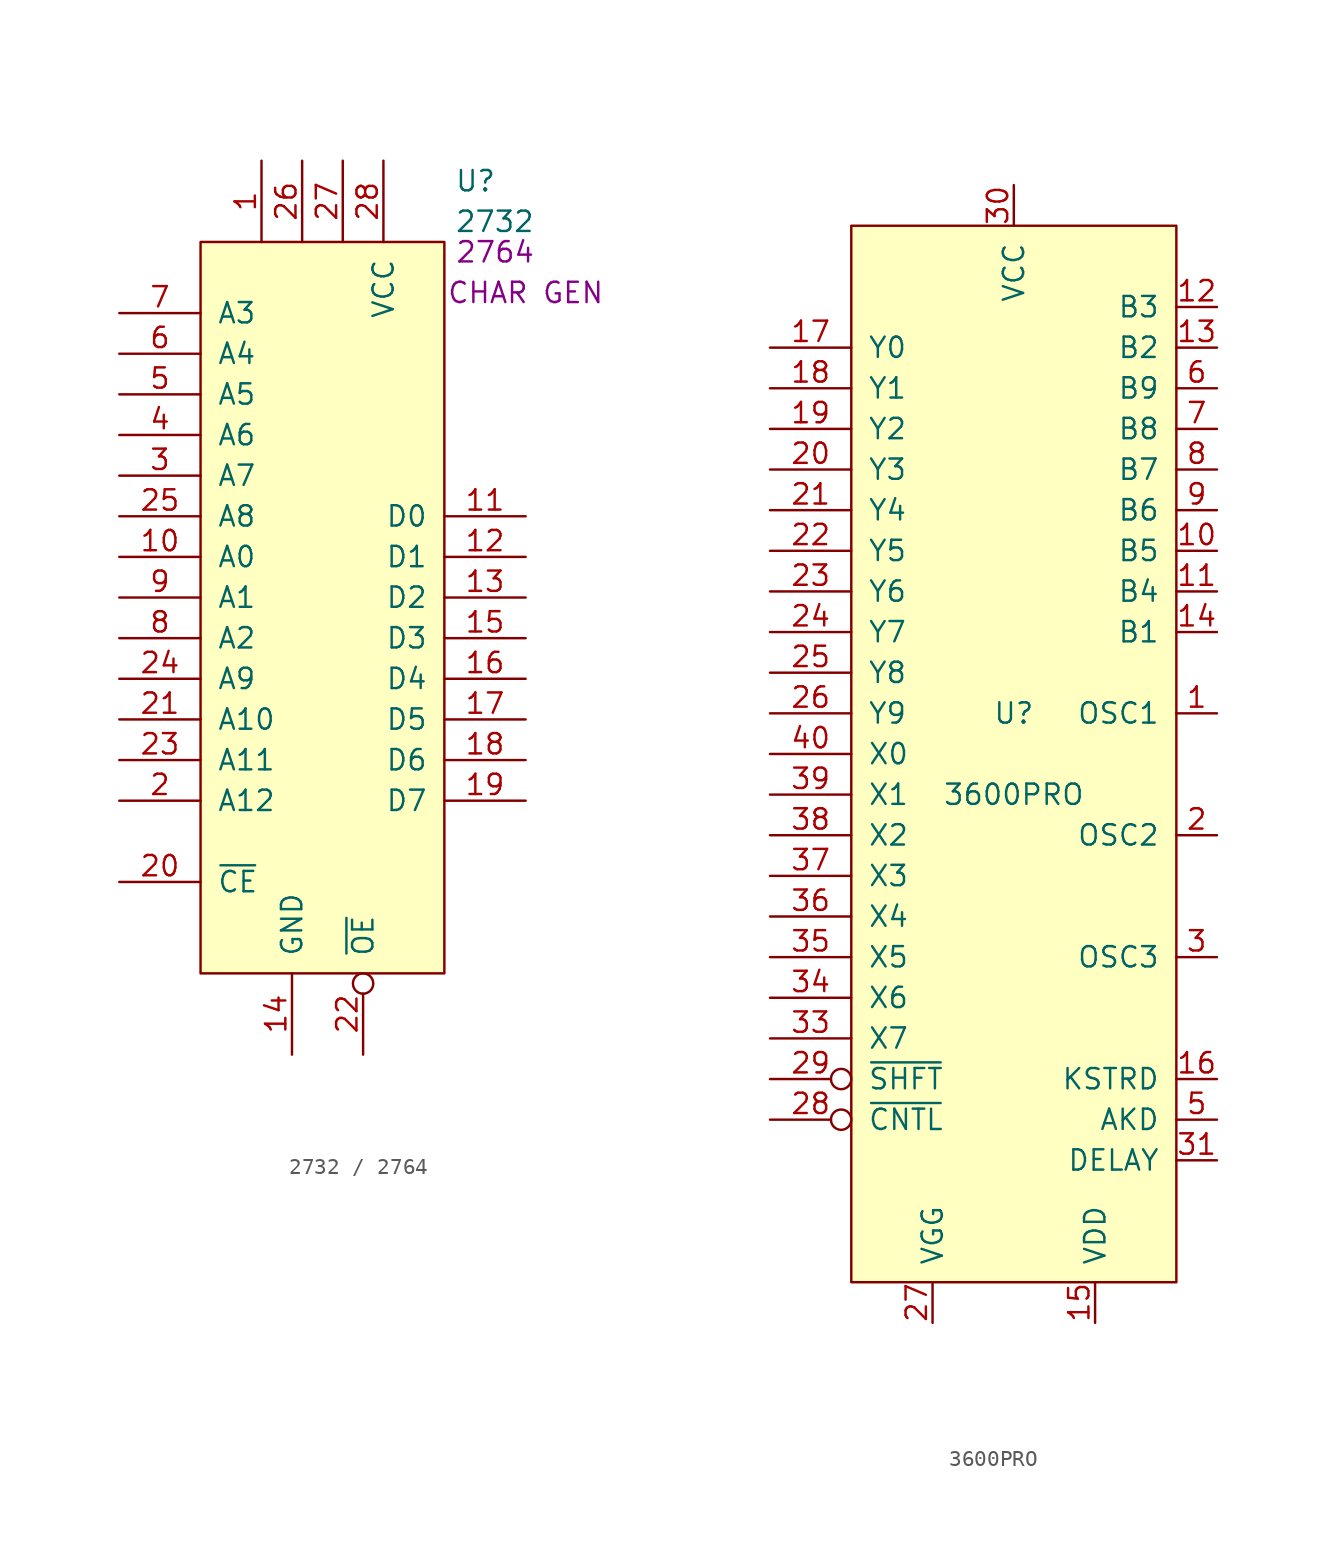
<source format=kicad_sym>
(kicad_symbol_lib
  (version 20220914)
  (generator kicad_symbol_editor)
  (symbol "2732 / 2764"
    (pin_names
      (offset 1.016))
    (property "Reference" "U"
      (at 8.255 26.67 0)
      (effects (font (size 1.27 1.27)) (justify left)))
    (property "Value" "2732"
      (at 8.255 24.13 0)
      (effects (font (size 1.27 1.27)) (justify left)))
    (property "Alt_Ref" "2764"
      (at 10.795 22.225 0)
      (effects (font (size 1.27 1.27))))
    (property "Name" "CHAR GEN"
      (at 12.7 19.685 0)
      (effects (font (size 1.27 1.27))))
    (symbol "2732 / 2764_0_1"
      (rectangle (start -7.62 22.86) (end 7.62 -22.86) (stroke (width 0) (type solid)) (fill (type background))))
    (symbol "2732 / 2764_1_0"
      (pin input line (at -12.7 -17.145 0) (length 5.08) (name "~{CE}" (effects (font (size 1.27 1.27)))) (number "20" (effects (font (size 1.27 1.27)))))
      (pin tri_state line (at -12.7 5.715 0) (length 5.08) (name "A8" (effects (font (size 1.27 1.27)))) (number "25" (effects (font (size 1.27 1.27)))))
      (pin input line (at -1.27 27.94 270) (length 5.08) (name "~" (effects (font (size 1.27 1.27)))) (number "26" (effects (font (size 1.27 1.27)))))
      (pin input line (at 1.27 27.94 270) (length 5.08) (name "~" (effects (font (size 1.27 1.27)))) (number "27" (effects (font (size 1.27 1.27)))))
      (pin power_in line (at 3.81 27.94 270) (length 5.08) (name "VCC" (effects (font (size 1.27 1.27)))) (number "28" (effects (font (size 1.27 1.27))))))
    (symbol "2732 / 2764_1_1"
      (pin input line (at -3.81 27.94 270) (length 5.08) (name "~" (effects (font (size 1.27 1.27)))) (number "1" (effects (font (size 1.27 1.27)))))
      (pin tri_state line (at -12.7 3.175 0) (length 5.08) (name "A0" (effects (font (size 1.27 1.27)))) (number "10" (effects (font (size 1.27 1.27)))))
      (pin tri_state line (at 12.7 5.715 180) (length 5.08) (name "D0" (effects (font (size 1.27 1.27)))) (number "11" (effects (font (size 1.27 1.27)))))
      (pin tri_state line (at 12.7 3.175 180) (length 5.08) (name "D1" (effects (font (size 1.27 1.27)))) (number "12" (effects (font (size 1.27 1.27)))))
      (pin tri_state line (at 12.7 0.635 180) (length 5.08) (name "D2" (effects (font (size 1.27 1.27)))) (number "13" (effects (font (size 1.27 1.27)))))
      (pin power_in line (at -1.905 -27.94 90) (length 5.08) (name "GND" (effects (font (size 1.27 1.27)))) (number "14" (effects (font (size 1.27 1.27)))))
      (pin tri_state line (at 12.7 -1.905 180) (length 5.08) (name "D3" (effects (font (size 1.27 1.27)))) (number "15" (effects (font (size 1.27 1.27)))))
      (pin tri_state line (at 12.7 -4.445 180) (length 5.08) (name "D4" (effects (font (size 1.27 1.27)))) (number "16" (effects (font (size 1.27 1.27)))))
      (pin tri_state line (at 12.7 -6.985 180) (length 5.08) (name "D5" (effects (font (size 1.27 1.27)))) (number "17" (effects (font (size 1.27 1.27)))))
      (pin tri_state line (at 12.7 -9.525 180) (length 5.08) (name "D6" (effects (font (size 1.27 1.27)))) (number "18" (effects (font (size 1.27 1.27)))))
      (pin tri_state line (at 12.7 -12.065 180) (length 5.08) (name "D7" (effects (font (size 1.27 1.27)))) (number "19" (effects (font (size 1.27 1.27)))))
      (pin tri_state line (at -12.7 -12.065 0) (length 5.08) (name "A12" (effects (font (size 1.27 1.27)))) (number "2" (effects (font (size 1.27 1.27)))))
      (pin tri_state line (at -12.7 -6.985 0) (length 5.08) (name "A10" (effects (font (size 1.27 1.27)))) (number "21" (effects (font (size 1.27 1.27)))))
      (pin input inverted (at 2.54 -27.94 90) (length 5.08) (name "~{OE}" (effects (font (size 1.27 1.27)))) (number "22" (effects (font (size 1.27 1.27)))))
      (pin tri_state line (at -12.7 -9.525 0) (length 5.08) (name "A11" (effects (font (size 1.27 1.27)))) (number "23" (effects (font (size 1.27 1.27)))))
      (pin tri_state line (at -12.7 -4.445 0) (length 5.08) (name "A9" (effects (font (size 1.27 1.27)))) (number "24" (effects (font (size 1.27 1.27)))))
      (pin tri_state line (at -12.7 8.255 0) (length 5.08) (name "A7" (effects (font (size 1.27 1.27)))) (number "3" (effects (font (size 1.27 1.27)))))
      (pin tri_state line (at -12.7 10.795 0) (length 5.08) (name "A6" (effects (font (size 1.27 1.27)))) (number "4" (effects (font (size 1.27 1.27)))))
      (pin tri_state line (at -12.7 13.335 0) (length 5.08) (name "A5" (effects (font (size 1.27 1.27)))) (number "5" (effects (font (size 1.27 1.27)))))
      (pin tri_state line (at -12.7 15.875 0) (length 5.08) (name "A4" (effects (font (size 1.27 1.27)))) (number "6" (effects (font (size 1.27 1.27)))))
      (pin tri_state line (at -12.7 18.415 0) (length 5.08) (name "A3" (effects (font (size 1.27 1.27)))) (number "7" (effects (font (size 1.27 1.27)))))
      (pin tri_state line (at -12.7 -1.905 0) (length 5.08) (name "A2" (effects (font (size 1.27 1.27)))) (number "8" (effects (font (size 1.27 1.27)))))
      (pin tri_state line (at -12.7 0.635 0) (length 5.08) (name "A1" (effects (font (size 1.27 1.27)))) (number "9" (effects (font (size 1.27 1.27)))))))
  (symbol "3600PRO"
    (pin_names
      (offset 1.016))
    (property "Reference" "U"
      (at 0 2.54 0)
      (effects (font (size 1.27 1.27))))
    (property "Value" "3600PRO"
      (at 0 -2.54 0)
      (effects (font (size 1.27 1.27))))
    (symbol "3600PRO_0_1"
      (rectangle (start -10.16 33.02) (end 10.16 -33.02) (stroke (width 0) (type solid)) (fill (type background))))
    (symbol "3600PRO_1_1"
      (pin passive line (at 12.7 2.54 180) (length 2.54) (name "OSC1" (effects (font (size 1.27 1.27)))) (number "1" (effects (font (size 1.27 1.27)))))
      (pin output line (at 12.7 12.7 180) (length 2.54) (name "B5" (effects (font (size 1.27 1.27)))) (number "10" (effects (font (size 1.27 1.27)))))
      (pin output line (at 12.7 10.16 180) (length 2.54) (name "B4" (effects (font (size 1.27 1.27)))) (number "11" (effects (font (size 1.27 1.27)))))
      (pin output line (at 12.7 27.94 180) (length 2.54) (name "B3" (effects (font (size 1.27 1.27)))) (number "12" (effects (font (size 1.27 1.27)))))
      (pin output line (at 12.7 25.4 180) (length 2.54) (name "B2" (effects (font (size 1.27 1.27)))) (number "13" (effects (font (size 1.27 1.27)))))
      (pin output line (at 12.7 7.62 180) (length 2.54) (name "B1" (effects (font (size 1.27 1.27)))) (number "14" (effects (font (size 1.27 1.27)))))
      (pin power_in line (at 5.08 -35.56 90) (length 2.54) (name "VDD" (effects (font (size 1.27 1.27)))) (number "15" (effects (font (size 1.27 1.27)))))
      (pin output line (at 12.7 -20.32 180) (length 2.54) (name "KSTRD" (effects (font (size 1.27 1.27)))) (number "16" (effects (font (size 1.27 1.27)))))
      (pin passive line (at -15.24 25.4 0) (length 5.08) (name "Y0" (effects (font (size 1.27 1.27)))) (number "17" (effects (font (size 1.27 1.27)))))
      (pin passive line (at -15.24 22.86 0) (length 5.08) (name "Y1" (effects (font (size 1.27 1.27)))) (number "18" (effects (font (size 1.27 1.27)))))
      (pin passive line (at -15.24 20.32 0) (length 5.08) (name "Y2" (effects (font (size 1.27 1.27)))) (number "19" (effects (font (size 1.27 1.27)))))
      (pin passive line (at 12.7 -5.08 180) (length 2.54) (name "OSC2" (effects (font (size 1.27 1.27)))) (number "2" (effects (font (size 1.27 1.27)))))
      (pin passive line (at -15.24 17.78 0) (length 5.08) (name "Y3" (effects (font (size 1.27 1.27)))) (number "20" (effects (font (size 1.27 1.27)))))
      (pin passive line (at -15.24 15.24 0) (length 5.08) (name "Y4" (effects (font (size 1.27 1.27)))) (number "21" (effects (font (size 1.27 1.27)))))
      (pin passive line (at -15.24 12.7 0) (length 5.08) (name "Y5" (effects (font (size 1.27 1.27)))) (number "22" (effects (font (size 1.27 1.27)))))
      (pin passive line (at -15.24 10.16 0) (length 5.08) (name "Y6" (effects (font (size 1.27 1.27)))) (number "23" (effects (font (size 1.27 1.27)))))
      (pin passive line (at -15.24 7.62 0) (length 5.08) (name "Y7" (effects (font (size 1.27 1.27)))) (number "24" (effects (font (size 1.27 1.27)))))
      (pin passive line (at -15.24 5.08 0) (length 5.08) (name "Y8" (effects (font (size 1.27 1.27)))) (number "25" (effects (font (size 1.27 1.27)))))
      (pin passive line (at -15.24 2.54 0) (length 5.08) (name "Y9" (effects (font (size 1.27 1.27)))) (number "26" (effects (font (size 1.27 1.27)))))
      (pin power_in line (at -5.08 -35.56 90) (length 2.54) (name "VGG" (effects (font (size 1.27 1.27)))) (number "27" (effects (font (size 1.27 1.27)))))
      (pin input inverted (at -15.24 -22.86 0) (length 5.08) (name "~{CNTL}" (effects (font (size 1.27 1.27)))) (number "28" (effects (font (size 1.27 1.27)))))
      (pin input inverted (at -15.24 -20.32 0) (length 5.08) (name "~{SHFT}" (effects (font (size 1.27 1.27)))) (number "29" (effects (font (size 1.27 1.27)))))
      (pin passive line (at 12.7 -12.7 180) (length 2.54) (name "OSC3" (effects (font (size 1.27 1.27)))) (number "3" (effects (font (size 1.27 1.27)))))
      (pin power_in line (at 0 35.56 270) (length 2.54) (name "VCC" (effects (font (size 1.27 1.27)))) (number "30" (effects (font (size 1.27 1.27)))))
      (pin input line (at 12.7 -25.4 180) (length 2.54) (name "DELAY" (effects (font (size 1.27 1.27)))) (number "31" (effects (font (size 1.27 1.27)))))
      (pin passive line (at -15.24 -17.78 0) (length 5.08) (name "X7" (effects (font (size 1.27 1.27)))) (number "33" (effects (font (size 1.27 1.27)))))
      (pin passive line (at -15.24 -15.24 0) (length 5.08) (name "X6" (effects (font (size 1.27 1.27)))) (number "34" (effects (font (size 1.27 1.27)))))
      (pin passive line (at -15.24 -12.7 0) (length 5.08) (name "X5" (effects (font (size 1.27 1.27)))) (number "35" (effects (font (size 1.27 1.27)))))
      (pin passive line (at -15.24 -10.16 0) (length 5.08) (name "X4" (effects (font (size 1.27 1.27)))) (number "36" (effects (font (size 1.27 1.27)))))
      (pin passive line (at -15.24 -7.62 0) (length 5.08) (name "X3" (effects (font (size 1.27 1.27)))) (number "37" (effects (font (size 1.27 1.27)))))
      (pin passive line (at -15.24 -5.08 0) (length 5.08) (name "X2" (effects (font (size 1.27 1.27)))) (number "38" (effects (font (size 1.27 1.27)))))
      (pin passive line (at -15.24 -2.54 0) (length 5.08) (name "X1" (effects (font (size 1.27 1.27)))) (number "39" (effects (font (size 1.27 1.27)))))
      (pin passive line (at -15.24 0 0) (length 5.08) (name "X0" (effects (font (size 1.27 1.27)))) (number "40" (effects (font (size 1.27 1.27)))))
      (pin output line (at 12.7 -22.86 180) (length 2.54) (name "AKD" (effects (font (size 1.27 1.27)))) (number "5" (effects (font (size 1.27 1.27)))))
      (pin output line (at 12.7 22.86 180) (length 2.54) (name "B9" (effects (font (size 1.27 1.27)))) (number "6" (effects (font (size 1.27 1.27)))))
      (pin output line (at 12.7 20.32 180) (length 2.54) (name "B8" (effects (font (size 1.27 1.27)))) (number "7" (effects (font (size 1.27 1.27)))))
      (pin output line (at 12.7 17.78 180) (length 2.54) (name "B7" (effects (font (size 1.27 1.27)))) (number "8" (effects (font (size 1.27 1.27)))))
      (pin output line (at 12.7 15.24 180) (length 2.54) (name "B6" (effects (font (size 1.27 1.27)))) (number "9" (effects (font (size 1.27 1.27))))))))
</source>
